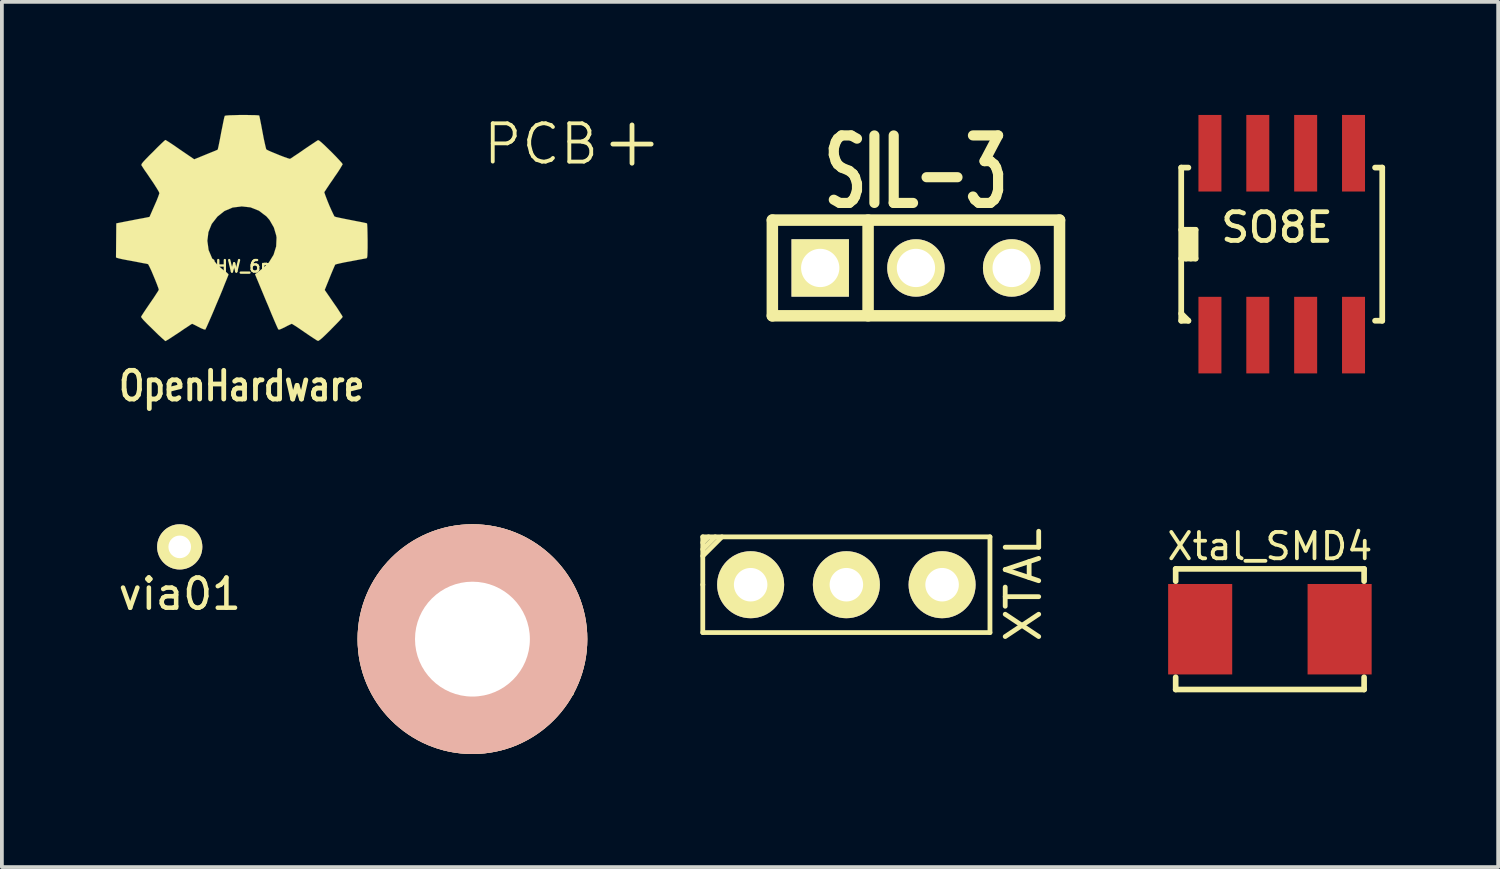
<source format=kicad_pcb>
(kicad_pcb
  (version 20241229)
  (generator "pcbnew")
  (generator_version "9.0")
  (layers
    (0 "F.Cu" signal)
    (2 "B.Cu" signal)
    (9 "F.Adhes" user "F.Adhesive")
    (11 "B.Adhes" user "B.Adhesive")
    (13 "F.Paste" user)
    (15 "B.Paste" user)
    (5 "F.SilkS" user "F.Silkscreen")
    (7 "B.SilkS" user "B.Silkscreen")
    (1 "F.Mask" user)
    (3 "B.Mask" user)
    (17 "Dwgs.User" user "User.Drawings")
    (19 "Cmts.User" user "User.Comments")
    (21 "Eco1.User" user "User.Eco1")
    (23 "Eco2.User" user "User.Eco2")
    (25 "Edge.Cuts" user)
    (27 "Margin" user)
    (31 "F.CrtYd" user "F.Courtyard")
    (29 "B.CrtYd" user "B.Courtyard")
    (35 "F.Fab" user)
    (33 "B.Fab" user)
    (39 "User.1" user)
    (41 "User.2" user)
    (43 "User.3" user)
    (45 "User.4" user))
  (footprint "vite_3mm"
    (layer "F.Cu")
    (at 9.486 13.909)
    (property "Reference" "vite_3mm" (at 0 1.079 0) (layer "F.SilkS") (effects (font (size 0.8 0.8) (thickness 0.12))))
    (attr smd)
    (pad "1" thru_hole circle (at 0 0) (size 6.096 6.096) (drill 3.048) (layers "*.Cu" "*.SilkS" "*.Mask")))
  (footprint "SIL-3"
    (layer "F.Cu")
    (at 21.254 4.06)
    (property "Reference" "SIL-3" (at 0 -2.54 0) (layer "F.SilkS") (effects (font (size 1.791 1.077) (thickness 0.269))))
    (attr smd)
    (fp_line (start -3.81 -1.27) (end 3.81 -1.27) (stroke (width 0.305) (type solid)) (layer "F.SilkS"))
    (fp_line (start -3.81 1.27) (end -3.81 -1.27) (stroke (width 0.305) (type solid)) (layer "F.SilkS"))
    (fp_line (start -1.27 -1.27) (end -1.27 1.27) (stroke (width 0.305) (type solid)) (layer "F.SilkS"))
    (fp_line (start 3.81 -1.27) (end 3.81 1.27) (stroke (width 0.305) (type solid)) (layer "F.SilkS"))
    (fp_line (start 3.81 1.27) (end -3.81 1.27) (stroke (width 0.305) (type solid)) (layer "F.SilkS"))
    (pad "1" thru_hole rect (at -2.54 0) (size 1.524 1.524) (drill 1.016) (layers "*.Cu" "*.Mask" "F.SilkS"))
    (pad "2" thru_hole circle (at 0 0) (size 1.524 1.524) (drill 1.016) (layers "*.Cu" "*.Mask" "F.SilkS"))
    (pad "3" thru_hole circle (at 2.54 0) (size 1.524 1.524) (drill 1.016) (layers "*.Cu" "*.Mask" "F.SilkS")))
  (footprint "via01"
    (layer "F.Cu")
    (at 1.719 11.461)
    (property "Reference" "via01" (at 0 1.25 0) (layer "F.SilkS") (effects (font (size 0.8 0.8) (thickness 0.12))))
    (attr through_hole)
    (pad "1" thru_hole circle (at 0 0) (size 1.2 1.2) (drill 0.6) (layers "*.Cu" "*.Mask" "F.SilkS")))
  (footprint "OSHW_6mm"
    (layer "F.Cu")
    (at 3.366 3.001)
    (property "Reference" "OSHW_6mm" (at 0 1.016 0) (layer "F.SilkS") (effects (font (size 0.305 0.305) (thickness 0.061))))
    (attr through_hole)
    (fp_poly (pts (xy -2.024 3) (xy -1.989 2.979) (xy -1.91 2.931) (xy -1.798 2.857) (xy -1.666 2.771) (xy -1.534 2.68) (xy -1.425 2.609) (xy -1.349 2.558) (xy -1.318 2.54) (xy -1.3 2.548) (xy -1.237 2.578) (xy -1.148 2.624) (xy -1.095 2.652) (xy -1.011 2.687) (xy -0.968 2.695) (xy -0.963 2.685) (xy -0.932 2.621) (xy -0.884 2.512) (xy -0.82 2.367) (xy -0.747 2.197) (xy -0.671 2.014) (xy -0.592 1.829) (xy -0.518 1.651) (xy -0.455 1.491) (xy -0.401 1.359) (xy -0.366 1.27) (xy -0.353 1.232) (xy -0.358 1.222) (xy -0.399 1.181) (xy -0.472 1.128) (xy -0.63 0.998) (xy -0.787 0.805) (xy -0.881 0.584) (xy -0.914 0.338) (xy -0.886 0.109) (xy -0.798 -0.109) (xy -0.645 -0.305) (xy -0.46 -0.452) (xy -0.244 -0.544) (xy 0 -0.574) (xy 0.231 -0.549) (xy 0.455 -0.46) (xy 0.653 -0.31) (xy 0.737 -0.213) (xy 0.851 -0.015) (xy 0.914 0.198) (xy 0.922 0.254) (xy 0.912 0.488) (xy 0.843 0.711) (xy 0.719 0.912) (xy 0.549 1.077) (xy 0.526 1.092) (xy 0.447 1.153) (xy 0.394 1.194) (xy 0.351 1.227) (xy 0.65 1.946) (xy 0.699 2.06) (xy 0.78 2.258) (xy 0.851 2.426) (xy 0.909 2.56) (xy 0.95 2.652) (xy 0.968 2.687) (xy 0.968 2.69) (xy 0.996 2.695) (xy 1.049 2.675) (xy 1.151 2.626) (xy 1.217 2.591) (xy 1.293 2.555) (xy 1.328 2.54) (xy 1.356 2.558) (xy 1.43 2.603) (xy 1.537 2.675) (xy 1.666 2.764) (xy 1.788 2.847) (xy 1.9 2.921) (xy 1.981 2.974) (xy 2.022 2.995) (xy 2.027 2.995) (xy 2.062 2.974) (xy 2.129 2.921) (xy 2.225 2.83) (xy 2.365 2.692) (xy 2.385 2.67) (xy 2.499 2.555) (xy 2.591 2.459) (xy 2.654 2.388) (xy 2.677 2.357) (xy 2.657 2.319) (xy 2.603 2.235) (xy 2.53 2.121) (xy 2.438 1.989) (xy 2.2 1.643) (xy 2.332 1.316) (xy 2.372 1.217) (xy 2.423 1.095) (xy 2.461 1.008) (xy 2.479 0.97) (xy 2.515 0.958) (xy 2.603 0.937) (xy 2.733 0.909) (xy 2.888 0.881) (xy 3.035 0.853) (xy 3.167 0.828) (xy 3.264 0.81) (xy 3.307 0.803) (xy 3.317 0.795) (xy 3.327 0.775) (xy 3.332 0.729) (xy 3.335 0.648) (xy 3.338 0.521) (xy 3.338 0.338) (xy 3.338 0.318) (xy 3.335 0.142) (xy 3.332 0.003) (xy 3.327 -0.089) (xy 3.322 -0.124) (xy 3.279 -0.135) (xy 3.185 -0.155) (xy 3.053 -0.18) (xy 2.896 -0.211) (xy 2.885 -0.213) (xy 2.728 -0.244) (xy 2.593 -0.272) (xy 2.502 -0.292) (xy 2.464 -0.305) (xy 2.454 -0.315) (xy 2.423 -0.378) (xy 2.377 -0.475) (xy 2.324 -0.594) (xy 2.273 -0.719) (xy 2.23 -0.831) (xy 2.2 -0.914) (xy 2.189 -0.953) (xy 2.215 -0.991) (xy 2.268 -1.072) (xy 2.344 -1.186) (xy 2.438 -1.321) (xy 2.443 -1.331) (xy 2.535 -1.463) (xy 2.609 -1.577) (xy 2.657 -1.659) (xy 2.677 -1.694) (xy 2.675 -1.697) (xy 2.647 -1.735) (xy 2.578 -1.811) (xy 2.482 -1.913) (xy 2.365 -2.032) (xy 2.327 -2.068) (xy 2.197 -2.195) (xy 2.106 -2.278) (xy 2.05 -2.322) (xy 2.024 -2.332) (xy 2.022 -2.332) (xy 1.981 -2.306) (xy 1.897 -2.25) (xy 1.783 -2.174) (xy 1.648 -2.083) (xy 1.638 -2.075) (xy 1.506 -1.984) (xy 1.394 -1.91) (xy 1.316 -1.857) (xy 1.28 -1.836) (xy 1.275 -1.836) (xy 1.219 -1.852) (xy 1.125 -1.885) (xy 1.008 -1.93) (xy 0.884 -1.981) (xy 0.772 -2.027) (xy 0.688 -2.065) (xy 0.65 -2.088) (xy 0.648 -2.09) (xy 0.635 -2.139) (xy 0.612 -2.238) (xy 0.582 -2.375) (xy 0.551 -2.54) (xy 0.546 -2.565) (xy 0.516 -2.725) (xy 0.49 -2.855) (xy 0.472 -2.946) (xy 0.462 -2.985) (xy 0.439 -2.99) (xy 0.363 -2.995) (xy 0.244 -2.997) (xy 0.102 -3) (xy -0.051 -3) (xy -0.198 -2.995) (xy -0.323 -2.992) (xy -0.414 -2.985) (xy -0.452 -2.977) (xy -0.452 -2.974) (xy -0.467 -2.926) (xy -0.488 -2.827) (xy -0.516 -2.687) (xy -0.549 -2.525) (xy -0.554 -2.494) (xy -0.584 -2.337) (xy -0.61 -2.207) (xy -0.63 -2.116) (xy -0.64 -2.08) (xy -0.653 -2.073) (xy -0.719 -2.045) (xy -0.826 -2.002) (xy -0.958 -1.948) (xy -1.262 -1.824) (xy -1.638 -2.08) (xy -1.671 -2.103) (xy -1.806 -2.197) (xy -1.918 -2.271) (xy -1.994 -2.319) (xy -2.027 -2.337) (xy -2.029 -2.337) (xy -2.068 -2.304) (xy -2.141 -2.235) (xy -2.243 -2.136) (xy -2.36 -2.017) (xy -2.449 -1.93) (xy -2.55 -1.826) (xy -2.616 -1.755) (xy -2.652 -1.709) (xy -2.664 -1.681) (xy -2.662 -1.664) (xy -2.637 -1.626) (xy -2.583 -1.542) (xy -2.504 -1.43) (xy -2.413 -1.295) (xy -2.339 -1.186) (xy -2.258 -1.059) (xy -2.205 -0.97) (xy -2.187 -0.927) (xy -2.192 -0.907) (xy -2.217 -0.836) (xy -2.261 -0.724) (xy -2.319 -0.592) (xy -2.449 -0.295) (xy -2.642 -0.257) (xy -2.761 -0.236) (xy -2.926 -0.203) (xy -3.084 -0.173) (xy -3.33 -0.124) (xy -3.338 0.78) (xy -3.299 0.795) (xy -3.264 0.805) (xy -3.172 0.826) (xy -3.043 0.851) (xy -2.888 0.879) (xy -2.758 0.904) (xy -2.626 0.93) (xy -2.53 0.947) (xy -2.489 0.958) (xy -2.479 0.97) (xy -2.446 1.034) (xy -2.398 1.135) (xy -2.347 1.257) (xy -2.294 1.384) (xy -2.248 1.501) (xy -2.215 1.59) (xy -2.202 1.638) (xy -2.22 1.671) (xy -2.271 1.75) (xy -2.342 1.859) (xy -2.433 1.991) (xy -2.522 2.121) (xy -2.598 2.235) (xy -2.649 2.314) (xy -2.672 2.352) (xy -2.662 2.377) (xy -2.609 2.441) (xy -2.51 2.543) (xy -2.362 2.687) (xy -2.339 2.71) (xy -2.223 2.824) (xy -2.123 2.916) (xy -2.055 2.977) (xy -2.024 3)) (stroke (width 0.003) (type solid)) (fill yes) (layer "F.SilkS"))
    (fp_text user "OpenHardware" (at 0 4.191 0) (layer "F.SilkS") (effects (font (size 0.762 0.61) (thickness 0.127)))))
  (footprint "SO8E"
    (layer "F.Cu")
    (at 30.96 3.429)
    (property "Reference" "SO8E" (at -0.127 -0.445 0) (layer "F.SilkS") (effects (font (size 0.762 0.762) (thickness 0.127))))
    (attr smd)
    (fp_line (start -2.667 -2.032) (end -2.667 2.032) (stroke (width 0.152) (type solid)) (layer "F.SilkS"))
    (fp_line (start -2.667 -0.381) (end -2.286 -0.381) (stroke (width 0.152) (type solid)) (layer "F.SilkS"))
    (fp_line (start -2.667 2.032) (end -2.477 2.032) (stroke (width 0.152) (type solid)) (layer "F.SilkS"))
    (fp_line (start -2.54 -0.381) (end -2.54 0.381) (stroke (width 0.152) (type solid)) (layer "F.SilkS"))
    (fp_line (start -2.477 -2.032) (end -2.667 -2.032) (stroke (width 0.152) (type solid)) (layer "F.SilkS"))
    (fp_line (start -2.477 2.032) (end -2.667 1.841) (stroke (width 0.152) (type solid)) (layer "F.SilkS"))
    (fp_line (start -2.413 -0.381) (end -2.413 0.381) (stroke (width 0.152) (type solid)) (layer "F.SilkS"))
    (fp_line (start -2.286 -0.381) (end -2.286 0.381) (stroke (width 0.152) (type solid)) (layer "F.SilkS"))
    (fp_line (start -2.286 0.381) (end -2.667 0.381) (stroke (width 0.152) (type solid)) (layer "F.SilkS"))
    (fp_line (start 2.477 2.032) (end 2.667 2.032) (stroke (width 0.152) (type solid)) (layer "F.SilkS"))
    (fp_line (start 2.667 -2.032) (end 2.477 -2.032) (stroke (width 0.152) (type solid)) (layer "F.SilkS"))
    (fp_line (start 2.667 2.032) (end 2.667 -2.032) (stroke (width 0.152) (type solid)) (layer "F.SilkS"))
    (pad "1" smd rect (at -1.905 2.413) (size 0.61 2.032) (layers "F.Cu" "F.Mask" "F.Paste"))
    (pad "2" smd rect (at -0.635 2.413) (size 0.61 2.032) (layers "F.Cu" "F.Mask" "F.Paste"))
    (pad "3" smd rect (at 0.635 2.413) (size 0.61 2.032) (layers "F.Cu" "F.Mask" "F.Paste"))
    (pad "4" smd rect (at 1.905 2.413) (size 0.61 2.032) (layers "F.Cu" "F.Mask" "F.Paste"))
    (pad "5" smd rect (at 1.905 -2.413) (size 0.61 2.032) (layers "F.Cu" "F.Mask" "F.Paste"))
    (pad "6" smd rect (at 0.635 -2.413) (size 0.61 2.032) (layers "F.Cu" "F.Mask" "F.Paste"))
    (pad "7" smd rect (at -0.635 -2.413) (size 0.61 2.032) (layers "F.Cu" "F.Mask" "F.Paste"))
    (pad "8" smd rect (at -1.905 -2.413) (size 0.61 2.032) (layers "F.Cu" "F.Mask" "F.Paste")))
  (footprint "PCB"
    (layer "F.Cu")
    (at 13.72 0.773)
    (property "Reference" "PCB" (at -2.413 0 0) (layer "F.SilkS") (effects (font (size 1.016 1.016) (thickness 0.102))))
    (attr through_hole)
    (fp_line (start 0 0) (end -0.508 0) (stroke (width 0.127) (type solid)) (layer "F.SilkS"))
    (fp_line (start 0 0) (end 0 -0.508) (stroke (width 0.127) (type solid)) (layer "F.SilkS"))
    (fp_line (start 0 0) (end 0 0.508) (stroke (width 0.127) (type solid)) (layer "F.SilkS"))
    (fp_line (start 0 0) (end 0.508 0) (stroke (width 0.127) (type solid)) (layer "F.SilkS")))
  (footprint "XTAL"
    (layer "F.Cu")
    (at 19.408 12.465)
    (property "Reference" "XTAL" (at 4.699 0 90) (layer "F.SilkS") (effects (font (size 0.889 0.889) (thickness 0.127))))
    (attr through_hole)
    (fp_line (start -3.81 -1.27) (end 3.81 -1.27) (stroke (width 0.127) (type solid)) (layer "F.SilkS"))
    (fp_line (start -3.81 -0.94) (end -3.48 -1.27) (stroke (width 0.127) (type solid)) (layer "F.SilkS"))
    (fp_line (start -3.81 0) (end -3.81 -1.27) (stroke (width 0.127) (type solid)) (layer "F.SilkS"))
    (fp_line (start -3.81 1.27) (end -3.81 0) (stroke (width 0.127) (type solid)) (layer "F.SilkS"))
    (fp_line (start -3.658 -1.27) (end -3.81 -1.118) (stroke (width 0.127) (type solid)) (layer "F.SilkS"))
    (fp_line (start -3.302 -1.27) (end -3.81 -0.762) (stroke (width 0.127) (type solid)) (layer "F.SilkS"))
    (fp_line (start 3.81 -1.27) (end 3.81 1.27) (stroke (width 0.127) (type solid)) (layer "F.SilkS"))
    (fp_line (start 3.81 1.27) (end -3.81 1.27) (stroke (width 0.127) (type solid)) (layer "F.SilkS"))
    (pad "1" thru_hole circle (at -2.54 0) (size 1.778 1.778) (drill 0.889) (layers "*.Cu" "*.Mask" "F.SilkS"))
    (pad "2" thru_hole circle (at 2.54 0) (size 1.778 1.778) (drill 0.889) (layers "*.Cu" "*.Mask" "F.SilkS"))
    (pad "3" thru_hole circle (at 0 0) (size 1.778 1.778) (drill 0.889) (layers "*.Cu" "*.Mask" "F.SilkS")))
  (footprint "Xtal_SMD4"
    (layer "F.Cu")
    (at 30.646 13.646)
    (property "Reference" "Xtal_SMD4" (at 0 -2.2 0) (layer "F.SilkS") (effects (font (size 0.7 0.7) (thickness 0.1))))
    (attr through_hole)
    (fp_line (start -2.5 -1.6) (end -2.5 -1.275) (stroke (width 0.15) (type solid)) (layer "F.SilkS"))
    (fp_line (start -2.5 -1.6) (end 2.5 -1.6) (stroke (width 0.15) (type solid)) (layer "F.SilkS"))
    (fp_line (start -2.5 1.6) (end -2.5 1.275) (stroke (width 0.15) (type solid)) (layer "F.SilkS"))
    (fp_line (start 2.5 -1.6) (end 2.5 -1.275) (stroke (width 0.15) (type solid)) (layer "F.SilkS"))
    (fp_line (start 2.5 1.275) (end 2.5 1.6) (stroke (width 0.15) (type solid)) (layer "F.SilkS"))
    (fp_line (start 2.5 1.6) (end -2.5 1.6) (stroke (width 0.15) (type solid)) (layer "F.SilkS"))
    (pad "1" smd rect (at -1.85 0) (size 1.7 2.4) (layers "F.Cu" "F.Mask" "F.Paste"))
    (pad "2" smd rect (at 1.85 0) (size 1.7 2.4) (layers "F.Cu" "F.Mask" "F.Paste")))
  (gr_rect
    (start -3 -3)
    (end 36.703 19.957)
    (stroke (width 0.1) (type default))
    (fill no)
    (layer "Edge.Cuts")))
</source>
